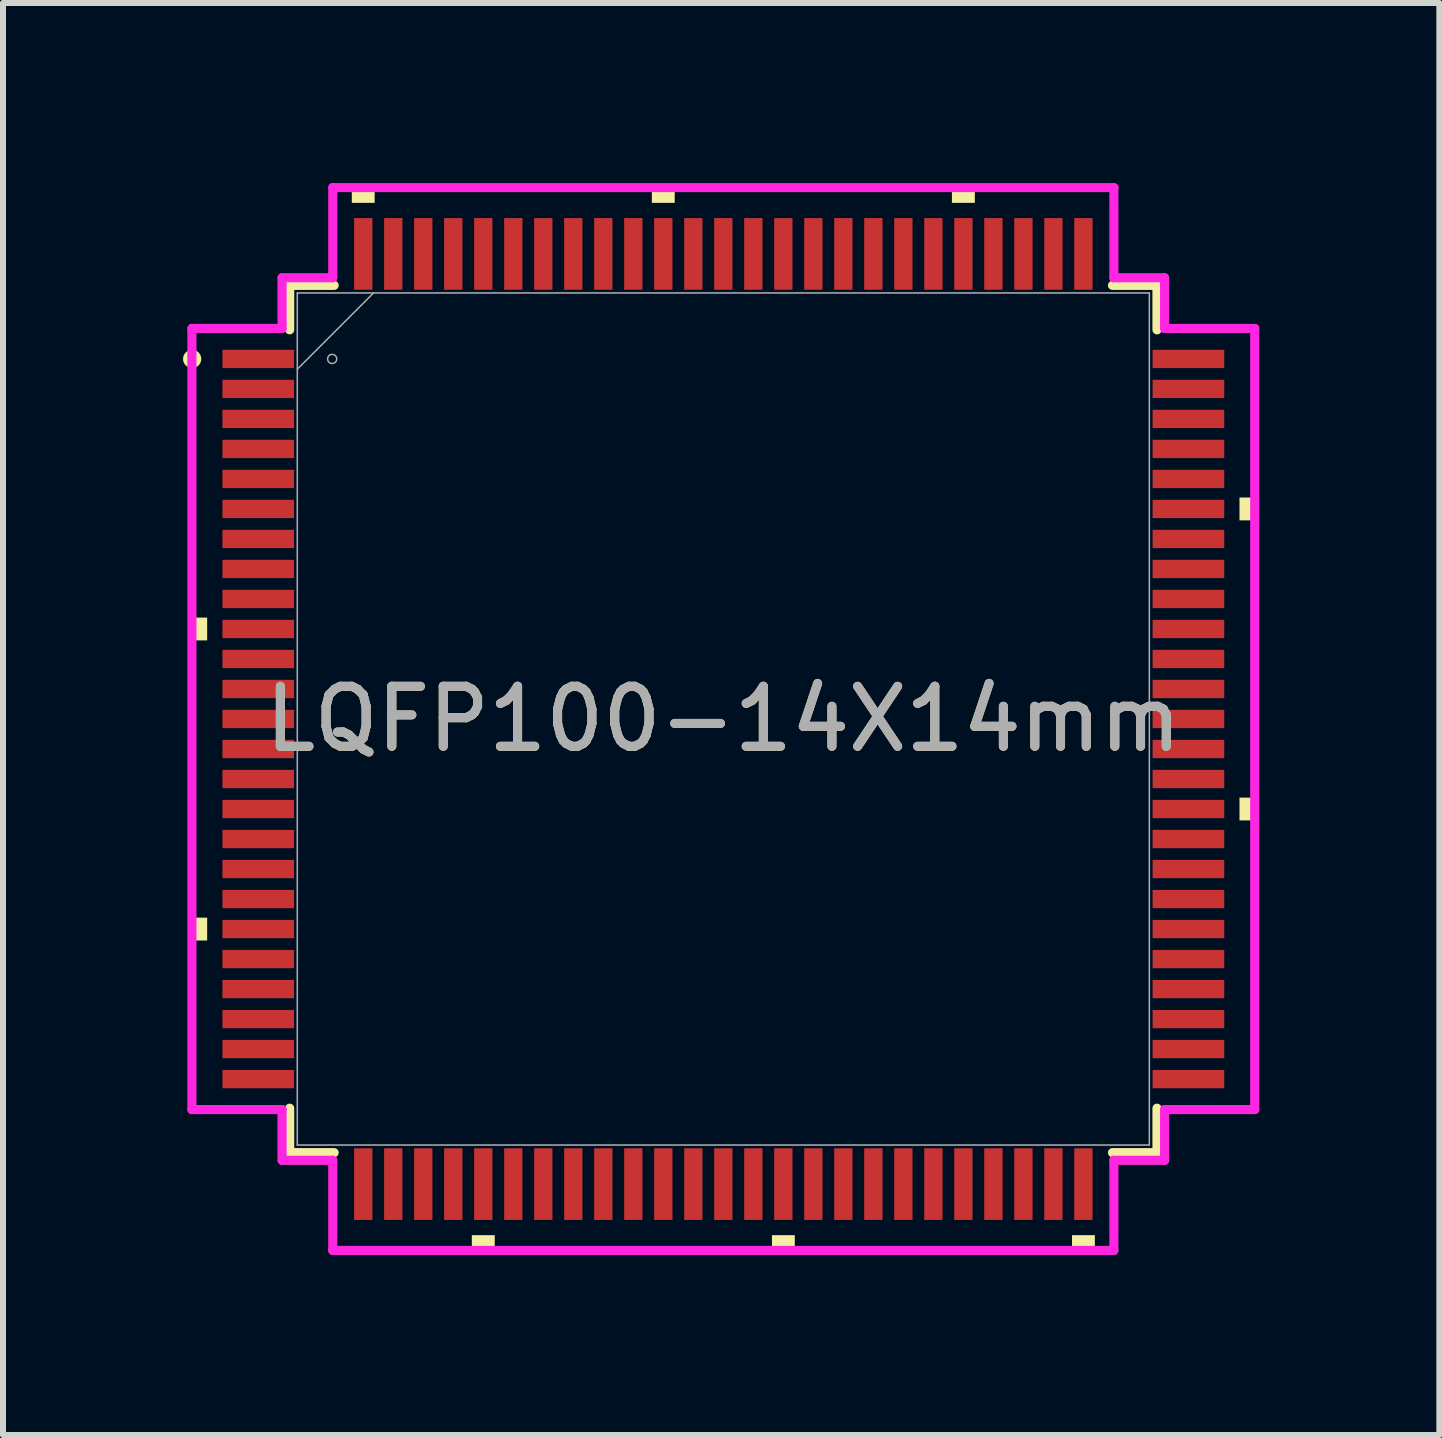
<source format=kicad_pcb>
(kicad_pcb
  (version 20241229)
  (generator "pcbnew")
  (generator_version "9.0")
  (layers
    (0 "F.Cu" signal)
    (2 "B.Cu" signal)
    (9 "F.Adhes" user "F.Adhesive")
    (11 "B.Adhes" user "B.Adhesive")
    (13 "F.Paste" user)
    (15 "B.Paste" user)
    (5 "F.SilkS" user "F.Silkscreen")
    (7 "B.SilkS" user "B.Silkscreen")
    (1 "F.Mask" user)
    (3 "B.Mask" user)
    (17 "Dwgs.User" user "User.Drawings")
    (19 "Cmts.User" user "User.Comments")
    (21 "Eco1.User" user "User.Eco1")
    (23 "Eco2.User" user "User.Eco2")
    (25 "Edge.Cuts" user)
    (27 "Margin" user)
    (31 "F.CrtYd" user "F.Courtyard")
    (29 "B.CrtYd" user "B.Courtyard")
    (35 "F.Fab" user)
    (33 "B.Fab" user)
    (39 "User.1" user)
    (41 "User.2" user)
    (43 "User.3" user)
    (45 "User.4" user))
  (footprint "LQFP100-14X14mm"
    (layer "F.Cu")
    (at 9.003 8.931)
    (property "Reference" "LQFP100-14X14mm" (at 0 0 0) (unlocked yes) (layer "F.SilkS") (effects (font (size 1 1) (thickness 0.15))))
    (attr smd)
    (fp_line (start -7.226 -7.226) (end -7.226 -6.485) (stroke (width 0.152) (type solid)) (layer "F.SilkS"))
    (fp_line (start -7.226 6.485) (end -7.226 7.226) (stroke (width 0.152) (type solid)) (layer "F.SilkS"))
    (fp_line (start -7.226 7.226) (end -6.485 7.226) (stroke (width 0.152) (type solid)) (layer "F.SilkS"))
    (fp_line (start -6.485 -7.226) (end -7.226 -7.226) (stroke (width 0.152) (type solid)) (layer "F.SilkS"))
    (fp_line (start 6.485 7.226) (end 7.226 7.226) (stroke (width 0.152) (type solid)) (layer "F.SilkS"))
    (fp_line (start 7.226 -7.226) (end 6.485 -7.226) (stroke (width 0.152) (type solid)) (layer "F.SilkS"))
    (fp_line (start 7.226 -6.485) (end 7.226 -7.226) (stroke (width 0.152) (type solid)) (layer "F.SilkS"))
    (fp_line (start 7.226 7.226) (end 7.226 6.485) (stroke (width 0.152) (type solid)) (layer "F.SilkS"))
    (fp_circle (center -8.851 -6) (end -8.775 -6) (stroke (width 0.152) (type solid)) (fill no) (layer "F.SilkS"))
    (fp_poly (pts (xy -8.855 -1.69) (xy -8.855 -1.31) (xy -8.601 -1.31) (xy -8.601 -1.69)) (stroke (width 0) (type solid)) (fill yes) (layer "F.SilkS"))
    (fp_poly (pts (xy -8.855 3.31) (xy -8.855 3.691) (xy -8.601 3.691) (xy -8.601 3.31)) (stroke (width 0) (type solid)) (fill yes) (layer "F.SilkS"))
    (fp_poly (pts (xy -6.191 -8.601) (xy -6.191 -8.855) (xy -5.81 -8.855) (xy -5.81 -8.601)) (stroke (width 0) (type solid)) (fill yes) (layer "F.SilkS"))
    (fp_poly (pts (xy -4.191 8.601) (xy -4.191 8.855) (xy -3.809 8.855) (xy -3.809 8.601)) (stroke (width 0) (type solid)) (fill yes) (layer "F.SilkS"))
    (fp_poly (pts (xy -1.191 -8.601) (xy -1.191 -8.855) (xy -0.81 -8.855) (xy -0.81 -8.601)) (stroke (width 0) (type solid)) (fill yes) (layer "F.SilkS"))
    (fp_poly (pts (xy 0.81 8.601) (xy 0.81 8.855) (xy 1.191 8.855) (xy 1.191 8.601)) (stroke (width 0) (type solid)) (fill yes) (layer "F.SilkS"))
    (fp_poly (pts (xy 3.809 -8.601) (xy 3.809 -8.855) (xy 4.191 -8.855) (xy 4.191 -8.601)) (stroke (width 0) (type solid)) (fill yes) (layer "F.SilkS"))
    (fp_poly (pts (xy 5.81 8.601) (xy 5.81 8.855) (xy 6.191 8.855) (xy 6.191 8.601)) (stroke (width 0) (type solid)) (fill yes) (layer "F.SilkS"))
    (fp_poly (pts (xy 8.855 -3.691) (xy 8.855 -3.31) (xy 8.601 -3.31) (xy 8.601 -3.691)) (stroke (width 0) (type solid)) (fill yes) (layer "F.SilkS"))
    (fp_poly (pts (xy 8.855 1.31) (xy 8.855 1.69) (xy 8.601 1.69) (xy 8.601 1.31)) (stroke (width 0) (type solid)) (fill yes) (layer "F.SilkS"))
    (fp_line (start -8.855 -6.508) (end -7.353 -6.508) (stroke (width 0.152) (type solid)) (layer "F.CrtYd"))
    (fp_line (start -8.855 6.508) (end -8.855 -6.508) (stroke (width 0.152) (type solid)) (layer "F.CrtYd"))
    (fp_line (start -7.353 -7.353) (end -6.508 -7.353) (stroke (width 0.152) (type solid)) (layer "F.CrtYd"))
    (fp_line (start -7.353 -6.508) (end -7.353 -7.353) (stroke (width 0.152) (type solid)) (layer "F.CrtYd"))
    (fp_line (start -7.353 6.508) (end -8.855 6.508) (stroke (width 0.152) (type solid)) (layer "F.CrtYd"))
    (fp_line (start -7.353 7.353) (end -7.353 6.508) (stroke (width 0.152) (type solid)) (layer "F.CrtYd"))
    (fp_line (start -6.508 -8.855) (end 6.508 -8.855) (stroke (width 0.152) (type solid)) (layer "F.CrtYd"))
    (fp_line (start -6.508 -7.353) (end -6.508 -8.855) (stroke (width 0.152) (type solid)) (layer "F.CrtYd"))
    (fp_line (start -6.508 7.353) (end -7.353 7.353) (stroke (width 0.152) (type solid)) (layer "F.CrtYd"))
    (fp_line (start -6.508 8.855) (end -6.508 7.353) (stroke (width 0.152) (type solid)) (layer "F.CrtYd"))
    (fp_line (start 6.508 -8.855) (end 6.508 -7.353) (stroke (width 0.152) (type solid)) (layer "F.CrtYd"))
    (fp_line (start 6.508 -7.353) (end 7.353 -7.353) (stroke (width 0.152) (type solid)) (layer "F.CrtYd"))
    (fp_line (start 6.508 7.353) (end 6.508 8.855) (stroke (width 0.152) (type solid)) (layer "F.CrtYd"))
    (fp_line (start 6.508 8.855) (end -6.508 8.855) (stroke (width 0.152) (type solid)) (layer "F.CrtYd"))
    (fp_line (start 7.353 -7.353) (end 7.353 -6.508) (stroke (width 0.152) (type solid)) (layer "F.CrtYd"))
    (fp_line (start 7.353 -6.508) (end 8.855 -6.508) (stroke (width 0.152) (type solid)) (layer "F.CrtYd"))
    (fp_line (start 7.353 6.508) (end 7.353 7.353) (stroke (width 0.152) (type solid)) (layer "F.CrtYd"))
    (fp_line (start 7.353 7.353) (end 6.508 7.353) (stroke (width 0.152) (type solid)) (layer "F.CrtYd"))
    (fp_line (start 8.855 -6.508) (end 8.855 6.508) (stroke (width 0.152) (type solid)) (layer "F.CrtYd"))
    (fp_line (start 8.855 6.508) (end 7.353 6.508) (stroke (width 0.152) (type solid)) (layer "F.CrtYd"))
    (fp_line (start -7.099 -7.099) (end -7.099 7.099) (stroke (width 0.025) (type solid)) (layer "F.Fab"))
    (fp_line (start -7.099 -5.829) (end -5.829 -7.099) (stroke (width 0.025) (type solid)) (layer "F.Fab"))
    (fp_line (start -7.099 7.099) (end 7.099 7.099) (stroke (width 0.025) (type solid)) (layer "F.Fab"))
    (fp_line (start 7.099 -7.099) (end -7.099 -7.099) (stroke (width 0.025) (type solid)) (layer "F.Fab"))
    (fp_line (start 7.099 7.099) (end 7.099 -7.099) (stroke (width 0.025) (type solid)) (layer "F.Fab"))
    (fp_circle (center -6.518 -6) (end -6.442 -6) (stroke (width 0.025) (type solid)) (fill no) (layer "F.Fab"))
    (fp_text user "${REFERENCE}" (at 0 0 0) (unlocked yes) (layer "F.Fab") (effects (font (size 1 1) (thickness 0.15))))
    (pad "1" smd rect (at -7.75 -6) (size 1.194 0.305) (layers "F.Cu" "F.Mask" "F.Paste"))
    (pad "2" smd rect (at -7.75 -5.5) (size 1.194 0.305) (layers "F.Cu" "F.Mask" "F.Paste"))
    (pad "3" smd rect (at -7.75 -5) (size 1.194 0.305) (layers "F.Cu" "F.Mask" "F.Paste"))
    (pad "4" smd rect (at -7.75 -4.5) (size 1.194 0.305) (layers "F.Cu" "F.Mask" "F.Paste"))
    (pad "5" smd rect (at -7.75 -4) (size 1.194 0.305) (layers "F.Cu" "F.Mask" "F.Paste"))
    (pad "6" smd rect (at -7.75 -3.5) (size 1.194 0.305) (layers "F.Cu" "F.Mask" "F.Paste"))
    (pad "7" smd rect (at -7.75 -3) (size 1.194 0.305) (layers "F.Cu" "F.Mask" "F.Paste"))
    (pad "8" smd rect (at -7.75 -2.5) (size 1.194 0.305) (layers "F.Cu" "F.Mask" "F.Paste"))
    (pad "9" smd rect (at -7.75 -2) (size 1.194 0.305) (layers "F.Cu" "F.Mask" "F.Paste"))
    (pad "10" smd rect (at -7.75 -1.5) (size 1.194 0.305) (layers "F.Cu" "F.Mask" "F.Paste"))
    (pad "11" smd rect (at -7.75 -1) (size 1.194 0.305) (layers "F.Cu" "F.Mask" "F.Paste"))
    (pad "12" smd rect (at -7.75 -0.5) (size 1.194 0.305) (layers "F.Cu" "F.Mask" "F.Paste"))
    (pad "13" smd rect (at -7.75 0) (size 1.194 0.305) (layers "F.Cu" "F.Mask" "F.Paste"))
    (pad "14" smd rect (at -7.75 0.5) (size 1.194 0.305) (layers "F.Cu" "F.Mask" "F.Paste"))
    (pad "15" smd rect (at -7.75 1) (size 1.194 0.305) (layers "F.Cu" "F.Mask" "F.Paste"))
    (pad "16" smd rect (at -7.75 1.5) (size 1.194 0.305) (layers "F.Cu" "F.Mask" "F.Paste"))
    (pad "17" smd rect (at -7.75 2) (size 1.194 0.305) (layers "F.Cu" "F.Mask" "F.Paste"))
    (pad "18" smd rect (at -7.75 2.5) (size 1.194 0.305) (layers "F.Cu" "F.Mask" "F.Paste"))
    (pad "19" smd rect (at -7.75 3) (size 1.194 0.305) (layers "F.Cu" "F.Mask" "F.Paste"))
    (pad "20" smd rect (at -7.75 3.5) (size 1.194 0.305) (layers "F.Cu" "F.Mask" "F.Paste"))
    (pad "21" smd rect (at -7.75 4) (size 1.194 0.305) (layers "F.Cu" "F.Mask" "F.Paste"))
    (pad "22" smd rect (at -7.75 4.5) (size 1.194 0.305) (layers "F.Cu" "F.Mask" "F.Paste"))
    (pad "23" smd rect (at -7.75 5) (size 1.194 0.305) (layers "F.Cu" "F.Mask" "F.Paste"))
    (pad "24" smd rect (at -7.75 5.5) (size 1.194 0.305) (layers "F.Cu" "F.Mask" "F.Paste"))
    (pad "25" smd rect (at -7.75 6) (size 1.194 0.305) (layers "F.Cu" "F.Mask" "F.Paste"))
    (pad "26" smd rect (at -6 7.75 90) (size 1.194 0.305) (layers "F.Cu" "F.Mask" "F.Paste"))
    (pad "27" smd rect (at -5.5 7.75 90) (size 1.194 0.305) (layers "F.Cu" "F.Mask" "F.Paste"))
    (pad "28" smd rect (at -5 7.75 90) (size 1.194 0.305) (layers "F.Cu" "F.Mask" "F.Paste"))
    (pad "29" smd rect (at -4.5 7.75 90) (size 1.194 0.305) (layers "F.Cu" "F.Mask" "F.Paste"))
    (pad "30" smd rect (at -4 7.75 90) (size 1.194 0.305) (layers "F.Cu" "F.Mask" "F.Paste"))
    (pad "31" smd rect (at -3.5 7.75 90) (size 1.194 0.305) (layers "F.Cu" "F.Mask" "F.Paste"))
    (pad "32" smd rect (at -3 7.75 90) (size 1.194 0.305) (layers "F.Cu" "F.Mask" "F.Paste"))
    (pad "33" smd rect (at -2.5 7.75 90) (size 1.194 0.305) (layers "F.Cu" "F.Mask" "F.Paste"))
    (pad "34" smd rect (at -2 7.75 90) (size 1.194 0.305) (layers "F.Cu" "F.Mask" "F.Paste"))
    (pad "35" smd rect (at -1.5 7.75 90) (size 1.194 0.305) (layers "F.Cu" "F.Mask" "F.Paste"))
    (pad "36" smd rect (at -1 7.75 90) (size 1.194 0.305) (layers "F.Cu" "F.Mask" "F.Paste"))
    (pad "37" smd rect (at -0.5 7.75 90) (size 1.194 0.305) (layers "F.Cu" "F.Mask" "F.Paste"))
    (pad "38" smd rect (at 0 7.75 90) (size 1.194 0.305) (layers "F.Cu" "F.Mask" "F.Paste"))
    (pad "39" smd rect (at 0.5 7.75 90) (size 1.194 0.305) (layers "F.Cu" "F.Mask" "F.Paste"))
    (pad "40" smd rect (at 1 7.75 90) (size 1.194 0.305) (layers "F.Cu" "F.Mask" "F.Paste"))
    (pad "41" smd rect (at 1.5 7.75 90) (size 1.194 0.305) (layers "F.Cu" "F.Mask" "F.Paste"))
    (pad "42" smd rect (at 2 7.75 90) (size 1.194 0.305) (layers "F.Cu" "F.Mask" "F.Paste"))
    (pad "43" smd rect (at 2.5 7.75 90) (size 1.194 0.305) (layers "F.Cu" "F.Mask" "F.Paste"))
    (pad "44" smd rect (at 3 7.75 90) (size 1.194 0.305) (layers "F.Cu" "F.Mask" "F.Paste"))
    (pad "45" smd rect (at 3.5 7.75 90) (size 1.194 0.305) (layers "F.Cu" "F.Mask" "F.Paste"))
    (pad "46" smd rect (at 4 7.75 90) (size 1.194 0.305) (layers "F.Cu" "F.Mask" "F.Paste"))
    (pad "47" smd rect (at 4.5 7.75 90) (size 1.194 0.305) (layers "F.Cu" "F.Mask" "F.Paste"))
    (pad "48" smd rect (at 5 7.75 90) (size 1.194 0.305) (layers "F.Cu" "F.Mask" "F.Paste"))
    (pad "49" smd rect (at 5.5 7.75 90) (size 1.194 0.305) (layers "F.Cu" "F.Mask" "F.Paste"))
    (pad "50" smd rect (at 6 7.75 90) (size 1.194 0.305) (layers "F.Cu" "F.Mask" "F.Paste"))
    (pad "51" smd rect (at 7.75 6) (size 1.194 0.305) (layers "F.Cu" "F.Mask" "F.Paste"))
    (pad "52" smd rect (at 7.75 5.5) (size 1.194 0.305) (layers "F.Cu" "F.Mask" "F.Paste"))
    (pad "53" smd rect (at 7.75 5) (size 1.194 0.305) (layers "F.Cu" "F.Mask" "F.Paste"))
    (pad "54" smd rect (at 7.75 4.5) (size 1.194 0.305) (layers "F.Cu" "F.Mask" "F.Paste"))
    (pad "55" smd rect (at 7.75 4) (size 1.194 0.305) (layers "F.Cu" "F.Mask" "F.Paste"))
    (pad "56" smd rect (at 7.75 3.5) (size 1.194 0.305) (layers "F.Cu" "F.Mask" "F.Paste"))
    (pad "57" smd rect (at 7.75 3) (size 1.194 0.305) (layers "F.Cu" "F.Mask" "F.Paste"))
    (pad "58" smd rect (at 7.75 2.5) (size 1.194 0.305) (layers "F.Cu" "F.Mask" "F.Paste"))
    (pad "59" smd rect (at 7.75 2) (size 1.194 0.305) (layers "F.Cu" "F.Mask" "F.Paste"))
    (pad "60" smd rect (at 7.75 1.5) (size 1.194 0.305) (layers "F.Cu" "F.Mask" "F.Paste"))
    (pad "61" smd rect (at 7.75 1) (size 1.194 0.305) (layers "F.Cu" "F.Mask" "F.Paste"))
    (pad "62" smd rect (at 7.75 0.5) (size 1.194 0.305) (layers "F.Cu" "F.Mask" "F.Paste"))
    (pad "63" smd rect (at 7.75 0) (size 1.194 0.305) (layers "F.Cu" "F.Mask" "F.Paste"))
    (pad "64" smd rect (at 7.75 -0.5) (size 1.194 0.305) (layers "F.Cu" "F.Mask" "F.Paste"))
    (pad "65" smd rect (at 7.75 -1) (size 1.194 0.305) (layers "F.Cu" "F.Mask" "F.Paste"))
    (pad "66" smd rect (at 7.75 -1.5) (size 1.194 0.305) (layers "F.Cu" "F.Mask" "F.Paste"))
    (pad "67" smd rect (at 7.75 -2) (size 1.194 0.305) (layers "F.Cu" "F.Mask" "F.Paste"))
    (pad "68" smd rect (at 7.75 -2.5) (size 1.194 0.305) (layers "F.Cu" "F.Mask" "F.Paste"))
    (pad "69" smd rect (at 7.75 -3) (size 1.194 0.305) (layers "F.Cu" "F.Mask" "F.Paste"))
    (pad "70" smd rect (at 7.75 -3.5) (size 1.194 0.305) (layers "F.Cu" "F.Mask" "F.Paste"))
    (pad "71" smd rect (at 7.75 -4) (size 1.194 0.305) (layers "F.Cu" "F.Mask" "F.Paste"))
    (pad "72" smd rect (at 7.75 -4.5) (size 1.194 0.305) (layers "F.Cu" "F.Mask" "F.Paste"))
    (pad "73" smd rect (at 7.75 -5) (size 1.194 0.305) (layers "F.Cu" "F.Mask" "F.Paste"))
    (pad "74" smd rect (at 7.75 -5.5) (size 1.194 0.305) (layers "F.Cu" "F.Mask" "F.Paste"))
    (pad "75" smd rect (at 7.75 -6) (size 1.194 0.305) (layers "F.Cu" "F.Mask" "F.Paste"))
    (pad "76" smd rect (at 6 -7.75 90) (size 1.194 0.305) (layers "F.Cu" "F.Mask" "F.Paste"))
    (pad "77" smd rect (at 5.5 -7.75 90) (size 1.194 0.305) (layers "F.Cu" "F.Mask" "F.Paste"))
    (pad "78" smd rect (at 5 -7.75 90) (size 1.194 0.305) (layers "F.Cu" "F.Mask" "F.Paste"))
    (pad "79" smd rect (at 4.5 -7.75 90) (size 1.194 0.305) (layers "F.Cu" "F.Mask" "F.Paste"))
    (pad "80" smd rect (at 4 -7.75 90) (size 1.194 0.305) (layers "F.Cu" "F.Mask" "F.Paste"))
    (pad "81" smd rect (at 3.5 -7.75 90) (size 1.194 0.305) (layers "F.Cu" "F.Mask" "F.Paste"))
    (pad "82" smd rect (at 3 -7.75 90) (size 1.194 0.305) (layers "F.Cu" "F.Mask" "F.Paste"))
    (pad "83" smd rect (at 2.5 -7.75 90) (size 1.194 0.305) (layers "F.Cu" "F.Mask" "F.Paste"))
    (pad "84" smd rect (at 2 -7.75 90) (size 1.194 0.305) (layers "F.Cu" "F.Mask" "F.Paste"))
    (pad "85" smd rect (at 1.5 -7.75 90) (size 1.194 0.305) (layers "F.Cu" "F.Mask" "F.Paste"))
    (pad "86" smd rect (at 1 -7.75 90) (size 1.194 0.305) (layers "F.Cu" "F.Mask" "F.Paste"))
    (pad "87" smd rect (at 0.5 -7.75 90) (size 1.194 0.305) (layers "F.Cu" "F.Mask" "F.Paste"))
    (pad "88" smd rect (at 0 -7.75 90) (size 1.194 0.305) (layers "F.Cu" "F.Mask" "F.Paste"))
    (pad "89" smd rect (at -0.5 -7.75 90) (size 1.194 0.305) (layers "F.Cu" "F.Mask" "F.Paste"))
    (pad "90" smd rect (at -1 -7.75 90) (size 1.194 0.305) (layers "F.Cu" "F.Mask" "F.Paste"))
    (pad "91" smd rect (at -1.5 -7.75 90) (size 1.194 0.305) (layers "F.Cu" "F.Mask" "F.Paste"))
    (pad "92" smd rect (at -2 -7.75 90) (size 1.194 0.305) (layers "F.Cu" "F.Mask" "F.Paste"))
    (pad "93" smd rect (at -2.5 -7.75 90) (size 1.194 0.305) (layers "F.Cu" "F.Mask" "F.Paste"))
    (pad "94" smd rect (at -3 -7.75 90) (size 1.194 0.305) (layers "F.Cu" "F.Mask" "F.Paste"))
    (pad "95" smd rect (at -3.5 -7.75 90) (size 1.194 0.305) (layers "F.Cu" "F.Mask" "F.Paste"))
    (pad "96" smd rect (at -4 -7.75 90) (size 1.194 0.305) (layers "F.Cu" "F.Mask" "F.Paste"))
    (pad "97" smd rect (at -4.5 -7.75 90) (size 1.194 0.305) (layers "F.Cu" "F.Mask" "F.Paste"))
    (pad "98" smd rect (at -5 -7.75 90) (size 1.194 0.305) (layers "F.Cu" "F.Mask" "F.Paste"))
    (pad "99" smd rect (at -5.5 -7.75 90) (size 1.194 0.305) (layers "F.Cu" "F.Mask" "F.Paste"))
    (pad "100" smd rect (at -6 -7.75 90) (size 1.194 0.305) (layers "F.Cu" "F.Mask" "F.Paste")))
  (gr_rect
    (start -3 -3)
    (end 20.934 20.862)
    (stroke (width 0.1) (type default))
    (fill no)
    (layer "Edge.Cuts")))
</source>
